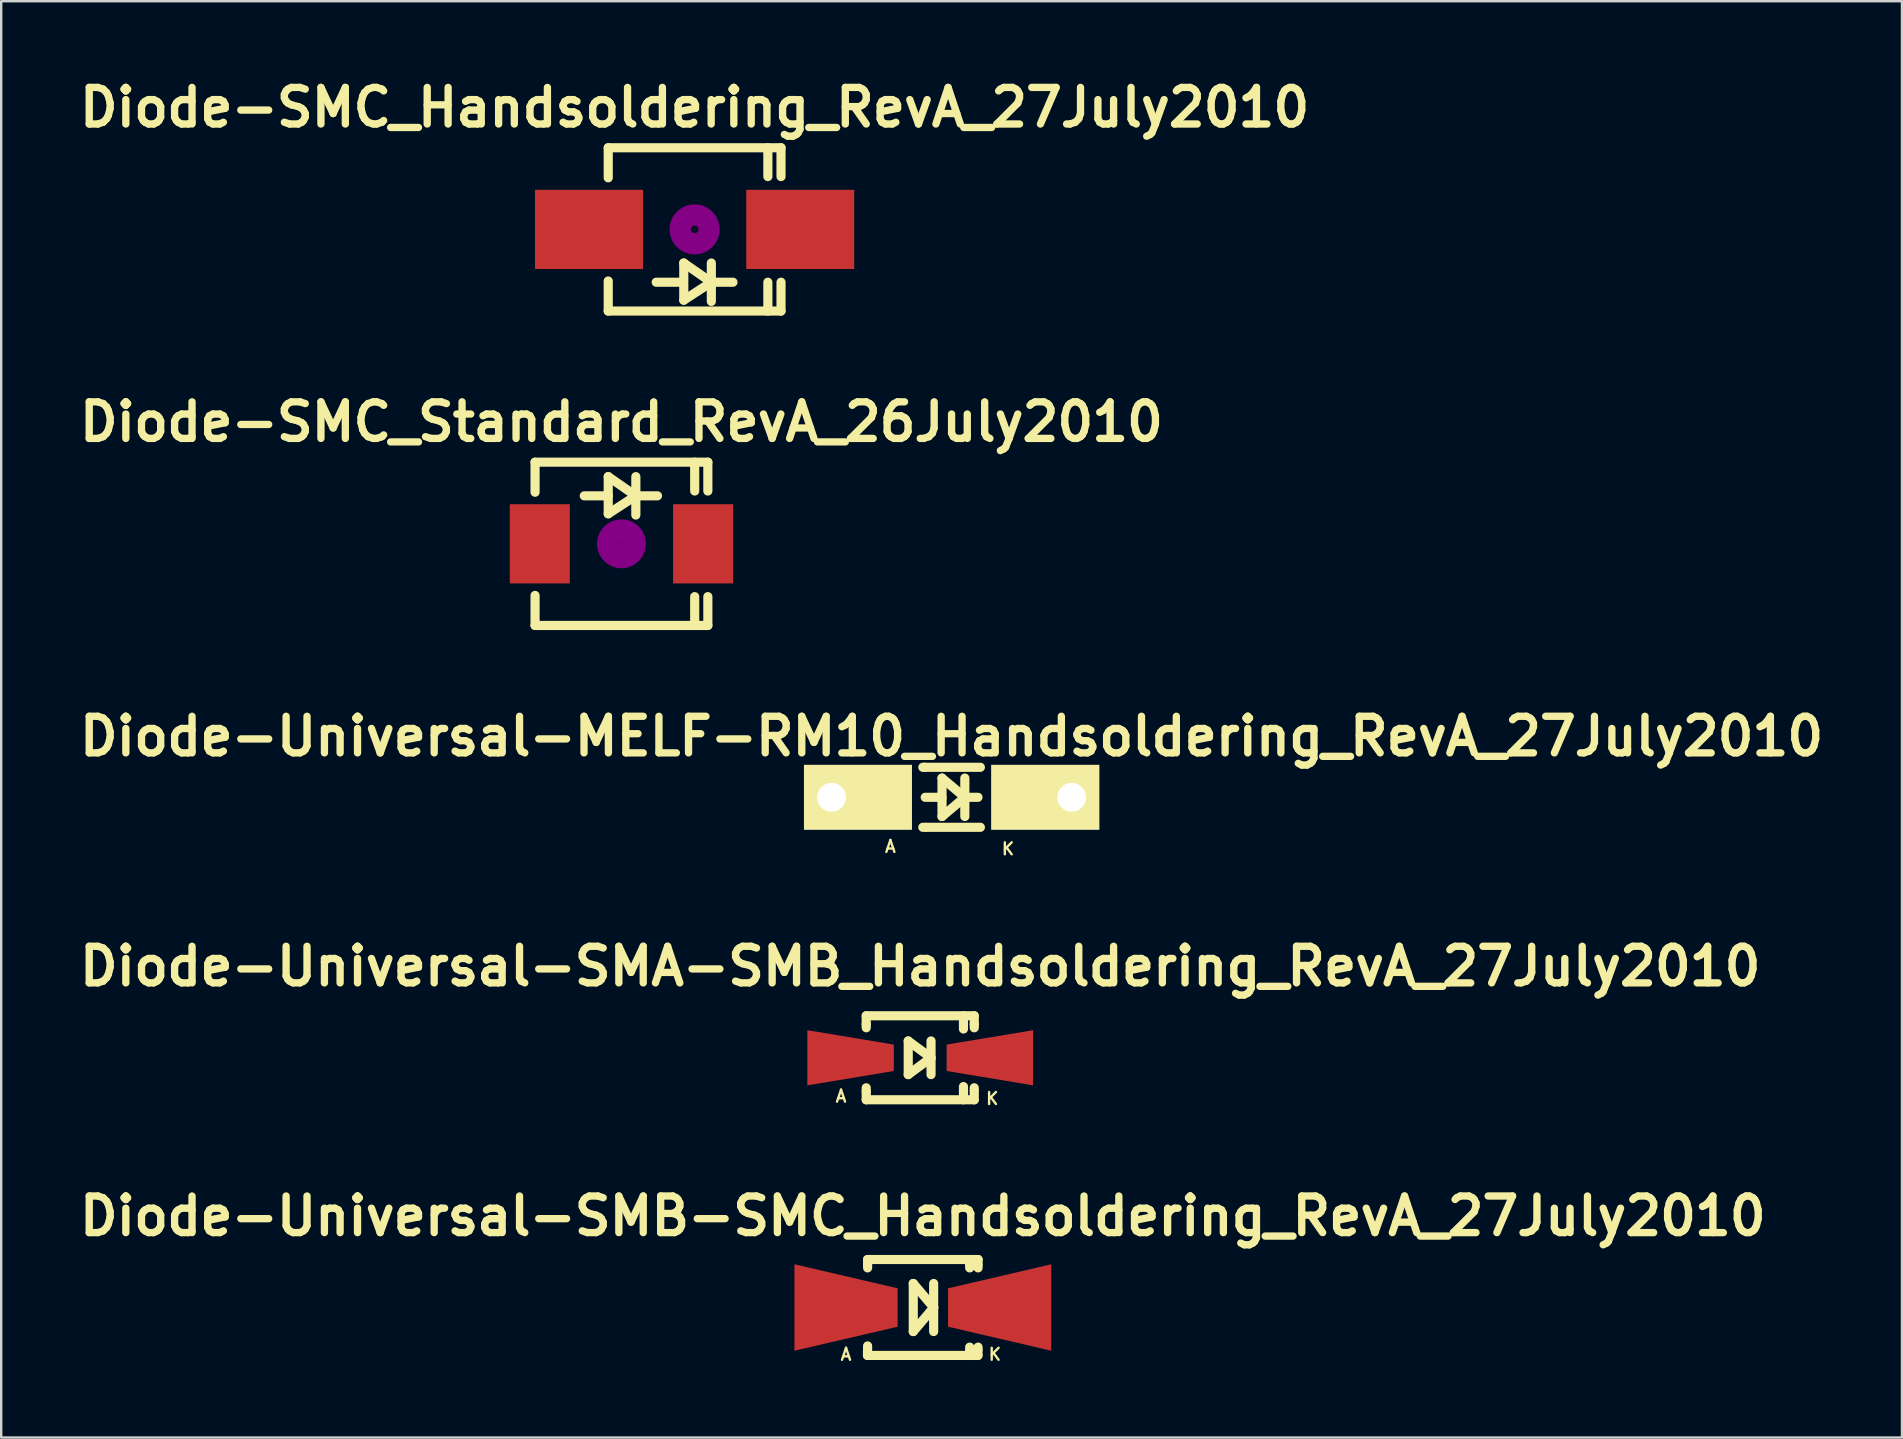
<source format=kicad_pcb>
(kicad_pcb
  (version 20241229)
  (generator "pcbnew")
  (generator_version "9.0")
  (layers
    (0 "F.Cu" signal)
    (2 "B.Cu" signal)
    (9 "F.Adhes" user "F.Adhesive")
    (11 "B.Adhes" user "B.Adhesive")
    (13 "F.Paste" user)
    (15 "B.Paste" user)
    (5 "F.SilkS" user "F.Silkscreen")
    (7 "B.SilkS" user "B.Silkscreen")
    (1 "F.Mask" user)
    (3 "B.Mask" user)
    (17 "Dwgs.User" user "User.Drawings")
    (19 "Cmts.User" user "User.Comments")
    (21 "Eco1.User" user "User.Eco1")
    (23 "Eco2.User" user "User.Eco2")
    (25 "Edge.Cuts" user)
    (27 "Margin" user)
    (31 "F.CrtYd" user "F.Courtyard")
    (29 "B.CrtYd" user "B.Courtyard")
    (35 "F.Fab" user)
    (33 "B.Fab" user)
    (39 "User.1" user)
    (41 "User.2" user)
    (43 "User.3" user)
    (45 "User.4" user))
  (footprint "Diode-SMC_Standard_RevA_26July2010"
    (layer "F.Cu")
    (at 22.838 19.604)
    (property "Reference" "Diode-SMC_Standard_RevA_26July2010" (at 0 -5.08 0) (layer "F.SilkS") (effects (font (size 1.524 1.524) (thickness 0.305))))
    (attr smd)
    (fp_line (start -3.599 -3.401) (end -3.599 -2.149) (stroke (width 0.381) (type solid)) (layer "F.SilkS"))
    (fp_line (start -3.599 -3.401) (end 3.599 -3.401) (stroke (width 0.381) (type solid)) (layer "F.SilkS"))
    (fp_line (start -3.599 3.401) (end -3.599 2.149) (stroke (width 0.381) (type solid)) (layer "F.SilkS"))
    (fp_line (start -3.599 3.401) (end 3.599 3.401) (stroke (width 0.381) (type solid)) (layer "F.SilkS"))
    (fp_line (start -0.551 -1.999) (end -1.549 -1.999) (stroke (width 0.381) (type solid)) (layer "F.SilkS"))
    (fp_line (start -0.551 -1.25) (end -0.551 -2.799) (stroke (width 0.381) (type solid)) (layer "F.SilkS"))
    (fp_line (start 0.599 -2.799) (end 0.599 -1.199) (stroke (width 0.381) (type solid)) (layer "F.SilkS"))
    (fp_line (start 0.599 -1.999) (end -0.551 -2.799) (stroke (width 0.381) (type solid)) (layer "F.SilkS"))
    (fp_line (start 0.599 -1.999) (end -0.551 -1.25) (stroke (width 0.381) (type solid)) (layer "F.SilkS"))
    (fp_line (start 0.599 -1.999) (end 1.501 -1.999) (stroke (width 0.381) (type solid)) (layer "F.SilkS"))
    (fp_line (start 3.051 -3.401) (end 3.051 -2.2) (stroke (width 0.381) (type solid)) (layer "F.SilkS"))
    (fp_line (start 3.051 3.401) (end 3.051 2.2) (stroke (width 0.381) (type solid)) (layer "F.SilkS"))
    (fp_line (start 3.599 -3.401) (end 3.599 -2.2) (stroke (width 0.381) (type solid)) (layer "F.SilkS"))
    (fp_line (start 3.599 3.401) (end 3.599 2.2) (stroke (width 0.381) (type solid)) (layer "F.SilkS"))
    (fp_circle (center 0 0) (end 0.15 0.15) (stroke (width 0.381) (type solid)) (fill no) (layer "F.Adhes"))
    (fp_circle (center 0 0) (end 0.45 0.201) (stroke (width 0.381) (type solid)) (fill no) (layer "F.Adhes"))
    (fp_circle (center 0 0) (end 0.749 0.351) (stroke (width 0.381) (type solid)) (fill no) (layer "F.Adhes"))
    (pad "1" smd rect (at -3.401 0 90) (size 3.299 2.499) (layers "F.Cu" "F.Mask" "F.Paste"))
    (pad "2" smd rect (at 3.401 0 90) (size 3.299 2.499) (layers "F.Cu" "F.Mask" "F.Paste")))
  (footprint "Diode-Universal-SMA-SMB_Handsoldering_RevA_27July2010"
    (layer "F.Cu")
    (at 35.284 41.014)
    (property "Reference" "Diode-Universal-SMA-SMB_Handsoldering_RevA_27July2010" (at 0 -3.81 0) (layer "F.SilkS") (effects (font (size 1.524 1.524) (thickness 0.305))))
    (attr smd)
    (fp_line (start -2.25 -1.75) (end -2.25 -1.4) (stroke (width 0.381) (type solid)) (layer "F.SilkS"))
    (fp_line (start -2.25 -1.75) (end 2.25 -1.75) (stroke (width 0.381) (type solid)) (layer "F.SilkS"))
    (fp_line (start -2.25 -1.4) (end -2.25 -1.25) (stroke (width 0.381) (type solid)) (layer "F.SilkS"))
    (fp_line (start -2.25 1.4) (end -2.25 1.25) (stroke (width 0.381) (type solid)) (layer "F.SilkS"))
    (fp_line (start -2.25 1.75) (end -2.25 1.4) (stroke (width 0.381) (type solid)) (layer "F.SilkS"))
    (fp_line (start -2.25 1.75) (end 2.25 1.75) (stroke (width 0.381) (type solid)) (layer "F.SilkS"))
    (fp_line (start -0.5 -0.701) (end -0.5 0.701) (stroke (width 0.381) (type solid)) (layer "F.SilkS"))
    (fp_line (start -0.5 0.701) (end 0.45 0) (stroke (width 0.381) (type solid)) (layer "F.SilkS"))
    (fp_line (start 0.45 -0.701) (end 0.45 0.701) (stroke (width 0.381) (type solid)) (layer "F.SilkS"))
    (fp_line (start 0.45 0) (end -0.5 -0.701) (stroke (width 0.381) (type solid)) (layer "F.SilkS"))
    (fp_line (start 1.801 -1.75) (end 1.801 -1.4) (stroke (width 0.381) (type solid)) (layer "F.SilkS"))
    (fp_line (start 1.801 -1.349) (end 1.801 -1.199) (stroke (width 0.381) (type solid)) (layer "F.SilkS"))
    (fp_line (start 1.801 1.4) (end 1.801 1.199) (stroke (width 0.381) (type solid)) (layer "F.SilkS"))
    (fp_line (start 1.801 1.75) (end 1.801 1.4) (stroke (width 0.381) (type solid)) (layer "F.SilkS"))
    (fp_line (start 2.25 -1.75) (end 2.25 -1.4) (stroke (width 0.381) (type solid)) (layer "F.SilkS"))
    (fp_line (start 2.25 -1.4) (end 2.25 -1.25) (stroke (width 0.381) (type solid)) (layer "F.SilkS"))
    (fp_line (start 2.25 1.349) (end 2.25 1.25) (stroke (width 0.381) (type solid)) (layer "F.SilkS"))
    (fp_line (start 2.25 1.75) (end 2.25 1.4) (stroke (width 0.381) (type solid)) (layer "F.SilkS"))
    (fp_text user "A" (at -3.299 1.6 0) (layer "F.SilkS") (effects (font (size 0.5 0.5) (thickness 0.099))))
    (fp_text user "K" (at 3 1.699 0) (layer "F.SilkS") (effects (font (size 0.5 0.5) (thickness 0.099))))
    (pad "1" smd trapezoid (at -2.901 0) (size 3.602 1.699) (rect_delta 0.599 0) (layers "F.Cu" "F.Mask" "F.Paste"))
    (pad "2" smd trapezoid (at 2.901 0 180) (size 3.602 1.699) (rect_delta 0.599 0) (layers "F.Cu" "F.Mask" "F.Paste")))
  (footprint "Diode-Universal-SMB-SMC_Handsoldering_RevA_27July2010"
    (layer "F.Cu")
    (at 35.393 51.417)
    (property "Reference" "Diode-Universal-SMB-SMC_Handsoldering_RevA_27July2010" (at 0 -3.81 0) (layer "F.SilkS") (effects (font (size 1.524 1.524) (thickness 0.305))))
    (attr smd)
    (fp_line (start -2.306 1.996) (end -2.306 1.798) (stroke (width 0.381) (type solid)) (layer "F.SilkS"))
    (fp_line (start -2.306 1.996) (end 2.296 1.996) (stroke (width 0.381) (type solid)) (layer "F.SilkS"))
    (fp_line (start -2.301 -1.999) (end -2.301 -1.801) (stroke (width 0.381) (type solid)) (layer "F.SilkS"))
    (fp_line (start -2.301 -1.999) (end 2.301 -1.999) (stroke (width 0.381) (type solid)) (layer "F.SilkS"))
    (fp_line (start -2.301 -1.75) (end -2.301 -1.651) (stroke (width 0.381) (type solid)) (layer "F.SilkS"))
    (fp_line (start -2.301 1.75) (end -2.301 1.6) (stroke (width 0.381) (type solid)) (layer "F.SilkS"))
    (fp_line (start -0.399 -1.001) (end -0.399 1.001) (stroke (width 0.381) (type solid)) (layer "F.SilkS"))
    (fp_line (start -0.399 1.001) (end 0.45 0) (stroke (width 0.381) (type solid)) (layer "F.SilkS"))
    (fp_line (start 0.45 0) (end -0.399 -1.001) (stroke (width 0.381) (type solid)) (layer "F.SilkS"))
    (fp_line (start 0.45 0) (end 0.45 -1.001) (stroke (width 0.381) (type solid)) (layer "F.SilkS"))
    (fp_line (start 0.45 0) (end 0.45 1.001) (stroke (width 0.381) (type solid)) (layer "F.SilkS"))
    (fp_line (start 1.951 -1.999) (end 1.951 -1.801) (stroke (width 0.381) (type solid)) (layer "F.SilkS"))
    (fp_line (start 1.951 -1.75) (end 1.951 -1.651) (stroke (width 0.381) (type solid)) (layer "F.SilkS"))
    (fp_line (start 1.951 1.75) (end 1.951 1.651) (stroke (width 0.381) (type solid)) (layer "F.SilkS"))
    (fp_line (start 1.951 1.999) (end 1.951 1.801) (stroke (width 0.381) (type solid)) (layer "F.SilkS"))
    (fp_line (start 2.296 1.996) (end 2.296 1.798) (stroke (width 0.381) (type solid)) (layer "F.SilkS"))
    (fp_line (start 2.301 -1.999) (end 2.301 -1.801) (stroke (width 0.381) (type solid)) (layer "F.SilkS"))
    (fp_line (start 2.301 -1.75) (end 2.301 -1.651) (stroke (width 0.381) (type solid)) (layer "F.SilkS"))
    (fp_line (start 2.301 1.75) (end 2.301 1.651) (stroke (width 0.381) (type solid)) (layer "F.SilkS"))
    (fp_text user "A" (at -3.2 1.951 0) (layer "F.SilkS") (effects (font (size 0.5 0.5) (thickness 0.099))))
    (fp_text user "K" (at 3 1.951 0) (layer "F.SilkS") (effects (font (size 0.5 0.5) (thickness 0.099))))
    (pad "1" smd trapezoid (at -3.2 0) (size 4.3 2.601) (rect_delta 1.001 0) (layers "F.Cu" "F.Mask" "F.Paste"))
    (pad "2" smd trapezoid (at 3.2 0 180) (size 4.3 2.601) (rect_delta 1.001 0) (layers "F.Cu" "F.Mask" "F.Paste")))
  (footprint "Diode-SMC_Handsoldering_RevA_27July2010"
    (layer "F.Cu")
    (at 25.886 6.506)
    (property "Reference" "Diode-SMC_Handsoldering_RevA_27July2010" (at 0 -5.08 0) (layer "F.SilkS") (effects (font (size 1.524 1.524) (thickness 0.305))))
    (attr smd)
    (fp_line (start -3.599 -3.401) (end -3.599 -2.149) (stroke (width 0.381) (type solid)) (layer "F.SilkS"))
    (fp_line (start -3.599 -3.401) (end 3.599 -3.401) (stroke (width 0.381) (type solid)) (layer "F.SilkS"))
    (fp_line (start -3.599 3.401) (end -3.599 2.149) (stroke (width 0.381) (type solid)) (layer "F.SilkS"))
    (fp_line (start -3.599 3.401) (end 3.599 3.401) (stroke (width 0.381) (type solid)) (layer "F.SilkS"))
    (fp_line (start -0.602 2.2) (end -1.6 2.2) (stroke (width 0.381) (type solid)) (layer "F.SilkS"))
    (fp_line (start -0.452 2.949) (end -0.452 1.4) (stroke (width 0.381) (type solid)) (layer "F.SilkS"))
    (fp_line (start 0.696 1.4) (end 0.696 3) (stroke (width 0.381) (type solid)) (layer "F.SilkS"))
    (fp_line (start 0.696 2.2) (end -0.455 1.4) (stroke (width 0.381) (type solid)) (layer "F.SilkS"))
    (fp_line (start 0.696 2.2) (end 1.598 2.2) (stroke (width 0.381) (type solid)) (layer "F.SilkS"))
    (fp_line (start 0.699 2.2) (end -0.452 2.949) (stroke (width 0.381) (type solid)) (layer "F.SilkS"))
    (fp_line (start 3.051 -3.401) (end 3.051 -2.2) (stroke (width 0.381) (type solid)) (layer "F.SilkS"))
    (fp_line (start 3.051 3.401) (end 3.051 2.2) (stroke (width 0.381) (type solid)) (layer "F.SilkS"))
    (fp_line (start 3.599 -3.401) (end 3.599 -2.2) (stroke (width 0.381) (type solid)) (layer "F.SilkS"))
    (fp_line (start 3.599 3.401) (end 3.599 2.2) (stroke (width 0.381) (type solid)) (layer "F.SilkS"))
    (fp_circle (center 0 0) (end 0.15 0.051) (stroke (width 0.381) (type solid)) (fill no) (layer "F.Adhes"))
    (fp_circle (center 0 0) (end 0.5 0.051) (stroke (width 0.381) (type solid)) (fill no) (layer "F.Adhes"))
    (fp_circle (center 0 0) (end 0.851 0.051) (stroke (width 0.381) (type solid)) (fill no) (layer "F.Adhes"))
    (pad "1" smd rect (at -4.399 0 90) (size 3.299 4.501) (layers "F.Cu" "F.Mask" "F.Paste"))
    (pad "2" smd rect (at 4.399 0 90) (size 3.299 4.498) (layers "F.Cu" "F.Mask" "F.Paste")))
  (footprint "Diode-Universal-MELF-RM10_Handsoldering_RevA_27July2010"
    (layer "F.Cu")
    (at 36.591 30.163)
    (property "Reference" "Diode-Universal-MELF-RM10_Handsoldering_RevA_27July2010" (at 0 -2.54 0) (layer "F.SilkS") (effects (font (size 1.524 1.524) (thickness 0.305))))
    (attr smd)
    (fp_line (start -1.1 -1.25) (end -1.199 -1.25) (stroke (width 0.381) (type solid)) (layer "F.SilkS"))
    (fp_line (start -1.1 1.25) (end -1.199 1.25) (stroke (width 0.381) (type solid)) (layer "F.SilkS"))
    (fp_line (start -0.399 -0.8) (end -0.399 0.8) (stroke (width 0.381) (type solid)) (layer "F.SilkS"))
    (fp_line (start -0.399 0) (end -1.1 0) (stroke (width 0.381) (type solid)) (layer "F.SilkS"))
    (fp_line (start -0.399 0.8) (end 0.551 0) (stroke (width 0.381) (type solid)) (layer "F.SilkS"))
    (fp_line (start 0.551 0) (end -0.399 -0.8) (stroke (width 0.381) (type solid)) (layer "F.SilkS"))
    (fp_line (start 0.551 0) (end 0.551 -0.8) (stroke (width 0.381) (type solid)) (layer "F.SilkS"))
    (fp_line (start 0.551 0) (end 0.551 0.8) (stroke (width 0.381) (type solid)) (layer "F.SilkS"))
    (fp_line (start 0.551 0) (end 1.1 0) (stroke (width 0.381) (type solid)) (layer "F.SilkS"))
    (fp_line (start 1.199 -1.25) (end -1.151 -1.25) (stroke (width 0.381) (type solid)) (layer "F.SilkS"))
    (fp_line (start 1.199 1.25) (end -1.049 1.25) (stroke (width 0.381) (type solid)) (layer "F.SilkS"))
    (fp_text user "A" (at -2.55 2.05 0) (layer "F.SilkS") (effects (font (size 0.5 0.5) (thickness 0.099))))
    (fp_text user "K" (at 2.349 2.149 0) (layer "F.SilkS") (effects (font (size 0.5 0.5) (thickness 0.099))))
    (pad "1" thru_hole rect (at -5.001 0) (size 4.498 2.7) (drill 1.199 (offset 1.1 0)) (layers "*.Cu" "*.Mask" "F.SilkS"))
    (pad "2" thru_hole rect (at 5.001 0 180) (size 4.498 2.7) (drill 1.199 (offset 1.1 0)) (layers "*.Cu" "*.Mask" "F.SilkS")))
  (gr_rect
    (start -3 -3)
    (end 76.181 56.834)
    (stroke (width 0.1) (type default))
    (fill no)
    (layer "Edge.Cuts")))
</source>
